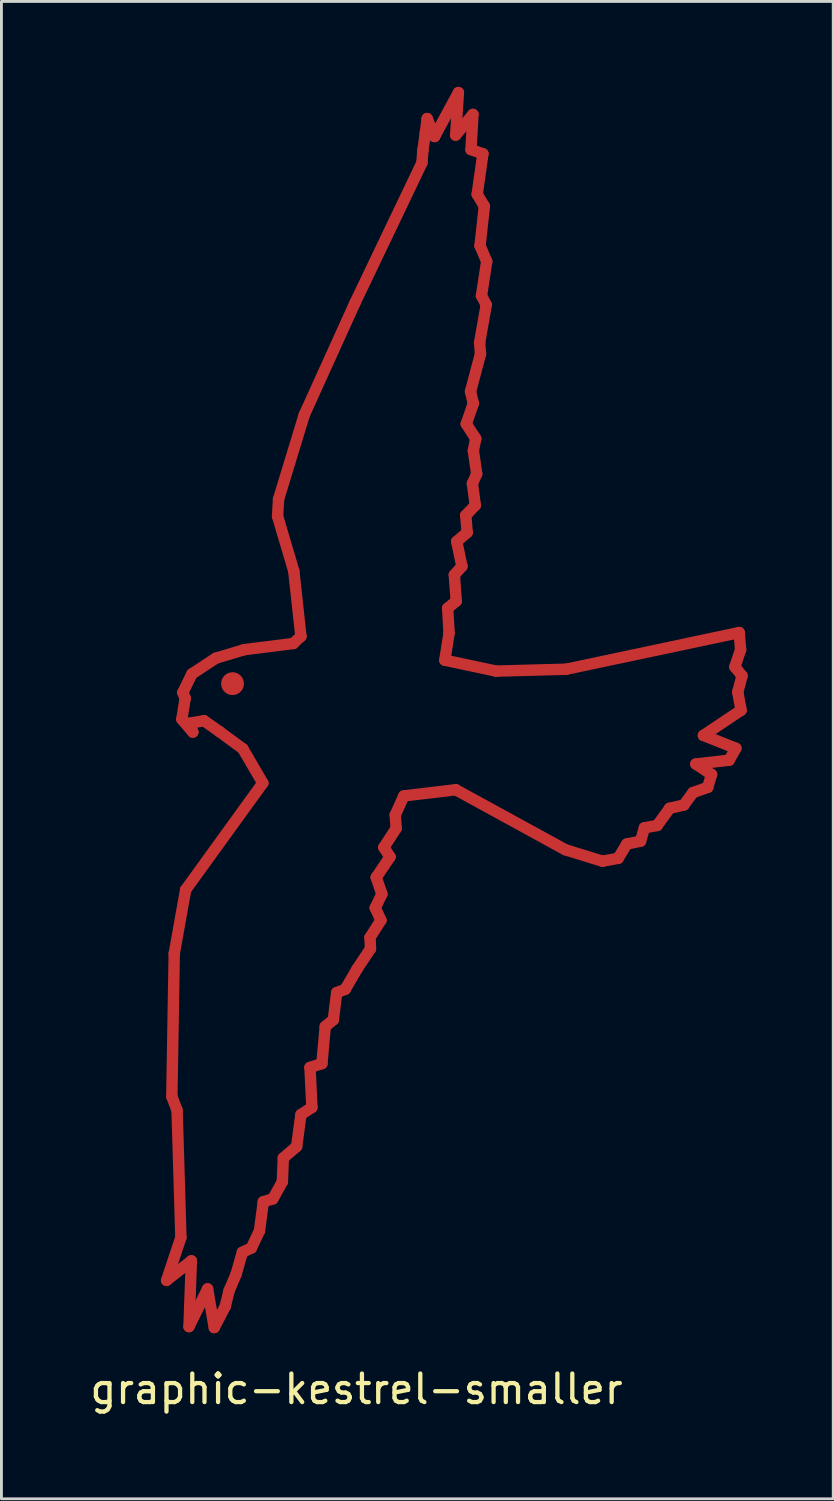
<source format=kicad_pcb>
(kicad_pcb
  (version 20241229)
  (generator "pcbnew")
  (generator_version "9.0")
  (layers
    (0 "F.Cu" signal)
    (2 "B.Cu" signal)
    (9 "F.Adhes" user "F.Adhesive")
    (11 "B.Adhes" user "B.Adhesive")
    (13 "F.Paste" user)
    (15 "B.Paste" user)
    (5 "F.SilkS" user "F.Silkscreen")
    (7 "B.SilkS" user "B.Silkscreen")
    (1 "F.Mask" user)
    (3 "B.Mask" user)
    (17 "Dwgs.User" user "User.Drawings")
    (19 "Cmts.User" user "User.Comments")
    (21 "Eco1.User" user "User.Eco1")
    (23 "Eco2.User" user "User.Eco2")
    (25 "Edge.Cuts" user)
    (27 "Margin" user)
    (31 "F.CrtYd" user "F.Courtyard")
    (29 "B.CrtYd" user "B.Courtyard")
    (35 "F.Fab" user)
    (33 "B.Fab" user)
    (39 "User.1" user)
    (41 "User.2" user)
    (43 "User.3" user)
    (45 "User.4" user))
  (footprint "graphic-kestrel-smaller"
    (layer "F.Cu")
    (at 9.458 22.486)
    (property "Reference" "graphic-kestrel-smaller" (at 0 23.2 0) (layer "F.SilkS") (effects (font (size 1 1) (thickness 0.15))))
    (attr through_hole)
    (fp_line (start -6.663 19.386) (end -6.161 17.881) (stroke (width 0.4) (type solid)) (layer "F.Cu"))
    (fp_line (start -6.479 12.935) (end -6.395 7.921) (stroke (width 0.4) (type solid)) (layer "F.Cu"))
    (fp_line (start -6.395 7.921) (end -5.994 5.681) (stroke (width 0.4) (type solid)) (layer "F.Cu"))
    (fp_line (start -6.295 13.419) (end -6.479 12.935) (stroke (width 0.4) (type solid)) (layer "F.Cu"))
    (fp_line (start -6.161 17.881) (end -6.295 13.419) (stroke (width 0.4) (type solid)) (layer "F.Cu"))
    (fp_line (start -6.128 -0.302) (end -6.011 -1.037) (stroke (width 0.4) (type solid)) (layer "F.Cu"))
    (fp_line (start -6.094 -1.238) (end -5.777 -1.889) (stroke (width 0.4) (type solid)) (layer "F.Cu"))
    (fp_line (start -6.011 -1.037) (end -6.094 -1.238) (stroke (width 0.4) (type solid)) (layer "F.Cu"))
    (fp_line (start -5.994 5.681) (end -3.287 1.938) (stroke (width 0.4) (type solid)) (layer "F.Cu"))
    (fp_line (start -5.877 21.007) (end -5.794 18.7) (stroke (width 0.4) (type solid)) (layer "F.Cu"))
    (fp_line (start -5.827 -0.168) (end -5.743 0.149) (stroke (width 0.4) (type solid)) (layer "F.Cu"))
    (fp_line (start -5.794 18.7) (end -6.663 19.386) (stroke (width 0.4) (type solid)) (layer "F.Cu"))
    (fp_line (start -5.777 -1.889) (end -4.941 -2.441) (stroke (width 0.4) (type solid)) (layer "F.Cu"))
    (fp_line (start -5.743 0.149) (end -6.128 -0.302) (stroke (width 0.4) (type solid)) (layer "F.Cu"))
    (fp_line (start -5.35 -0.25) (end -5.827 -0.168) (stroke (width 0.4) (type solid)) (layer "F.Cu"))
    (fp_line (start -5.225 19.686) (end -5.877 21.007) (stroke (width 0.4) (type solid)) (layer "F.Cu"))
    (fp_line (start -4.991 21.04) (end -5.225 19.686) (stroke (width 0.4) (type solid)) (layer "F.Cu"))
    (fp_line (start -4.941 -2.441) (end -3.938 -2.742) (stroke (width 0.4) (type solid)) (layer "F.Cu"))
    (fp_line (start -4.807 0.133) (end -5.35 -0.25) (stroke (width 0.4) (type solid)) (layer "F.Cu"))
    (fp_line (start -4.607 20.305) (end -4.991 21.04) (stroke (width 0.4) (type solid)) (layer "F.Cu"))
    (fp_line (start -4.473 19.753) (end -4.607 20.305) (stroke (width 0.4) (type solid)) (layer "F.Cu"))
    (fp_line (start -4.223 19.168) (end -4.473 19.753) (stroke (width 0.4) (type solid)) (layer "F.Cu"))
    (fp_line (start -4.005 18.4) (end -4.223 19.168) (stroke (width 0.4) (type solid)) (layer "F.Cu"))
    (fp_line (start -3.989 0.734) (end -4.807 0.133) (stroke (width 0.4) (type solid)) (layer "F.Cu"))
    (fp_line (start -3.938 -2.742) (end -2.217 -2.959) (stroke (width 0.4) (type solid)) (layer "F.Cu"))
    (fp_line (start -3.688 18.249) (end -4.005 18.4) (stroke (width 0.4) (type solid)) (layer "F.Cu"))
    (fp_line (start -3.404 17.647) (end -3.688 18.249) (stroke (width 0.4) (type solid)) (layer "F.Cu"))
    (fp_line (start -3.287 1.938) (end -3.989 0.734) (stroke (width 0.4) (type solid)) (layer "F.Cu"))
    (fp_line (start -3.27 16.628) (end -3.404 17.647) (stroke (width 0.4) (type solid)) (layer "F.Cu"))
    (fp_line (start -2.936 16.528) (end -3.27 16.628) (stroke (width 0.4) (type solid)) (layer "F.Cu"))
    (fp_line (start -2.769 -7.421) (end -2.735 -8.023) (stroke (width 0.4) (type solid)) (layer "F.Cu"))
    (fp_line (start -2.735 -8.023) (end -1.833 -10.981) (stroke (width 0.4) (type solid)) (layer "F.Cu"))
    (fp_line (start -2.601 15.926) (end -2.936 16.528) (stroke (width 0.4) (type solid)) (layer "F.Cu"))
    (fp_line (start -2.568 15.09) (end -2.601 15.926) (stroke (width 0.4) (type solid)) (layer "F.Cu"))
    (fp_line (start -2.217 -2.959) (end -1.95 -3.21) (stroke (width 0.4) (type solid)) (layer "F.Cu"))
    (fp_line (start -2.2 -5.499) (end -2.769 -7.421) (stroke (width 0.4) (type solid)) (layer "F.Cu"))
    (fp_line (start -2.1 14.689) (end -2.568 15.09) (stroke (width 0.4) (type solid)) (layer "F.Cu"))
    (fp_line (start -1.95 -3.21) (end -2.2 -5.499) (stroke (width 0.4) (type solid)) (layer "F.Cu"))
    (fp_line (start -1.95 13.57) (end -2.1 14.689) (stroke (width 0.4) (type solid)) (layer "F.Cu"))
    (fp_line (start -1.833 -10.981) (end -0.061 -14.892) (stroke (width 0.4) (type solid)) (layer "F.Cu"))
    (fp_line (start -1.632 11.915) (end -1.565 13.319) (stroke (width 0.4) (type solid)) (layer "F.Cu"))
    (fp_line (start -1.565 13.319) (end -1.95 13.57) (stroke (width 0.4) (type solid)) (layer "F.Cu"))
    (fp_line (start -1.214 11.781) (end -1.632 11.915) (stroke (width 0.4) (type solid)) (layer "F.Cu"))
    (fp_line (start -1.097 10.478) (end -1.214 11.781) (stroke (width 0.4) (type solid)) (layer "F.Cu"))
    (fp_line (start -0.813 10.244) (end -1.097 10.478) (stroke (width 0.4) (type solid)) (layer "F.Cu"))
    (fp_line (start -0.696 9.291) (end -0.813 10.244) (stroke (width 0.4) (type solid)) (layer "F.Cu"))
    (fp_line (start -0.395 9.174) (end -0.696 9.291) (stroke (width 0.4) (type solid)) (layer "F.Cu"))
    (fp_line (start -0.061 -14.892) (end 2.295 -19.822) (stroke (width 0.4) (type solid)) (layer "F.Cu"))
    (fp_line (start 0.022 8.456) (end -0.395 9.174) (stroke (width 0.4) (type solid)) (layer "F.Cu"))
    (fp_line (start 0.474 7.353) (end 0.49 7.754) (stroke (width 0.4) (type solid)) (layer "F.Cu"))
    (fp_line (start 0.49 7.754) (end 0.022 8.456) (stroke (width 0.4) (type solid)) (layer "F.Cu"))
    (fp_line (start 0.657 6.316) (end 0.858 6.751) (stroke (width 0.4) (type solid)) (layer "F.Cu"))
    (fp_line (start 0.691 5.247) (end 0.891 5.832) (stroke (width 0.4) (type solid)) (layer "F.Cu"))
    (fp_line (start 0.858 6.751) (end 0.474 7.353) (stroke (width 0.4) (type solid)) (layer "F.Cu"))
    (fp_line (start 0.891 5.832) (end 0.657 6.316) (stroke (width 0.4) (type solid)) (layer "F.Cu"))
    (fp_line (start 0.958 4.194) (end 1.176 4.528) (stroke (width 0.4) (type solid)) (layer "F.Cu"))
    (fp_line (start 1.176 4.528) (end 0.691 5.247) (stroke (width 0.4) (type solid)) (layer "F.Cu"))
    (fp_line (start 1.359 3.057) (end 1.393 3.525) (stroke (width 0.4) (type solid)) (layer "F.Cu"))
    (fp_line (start 1.393 3.525) (end 0.958 4.194) (stroke (width 0.4) (type solid)) (layer "F.Cu"))
    (fp_line (start 1.66 2.389) (end 1.359 3.057) (stroke (width 0.4) (type solid)) (layer "F.Cu"))
    (fp_line (start 2.295 -19.822) (end 2.329 -20.257) (stroke (width 0.4) (type solid)) (layer "F.Cu"))
    (fp_line (start 2.329 -20.257) (end 2.423 -20.923) (stroke (width 0.4) (type solid)) (layer "F.Cu"))
    (fp_line (start 2.411 -20.844) (end 2.479 -21.376) (stroke (width 0.4) (type solid)) (layer "F.Cu"))
    (fp_line (start 2.479 -21.376) (end 2.74 -20.746) (stroke (width 0.4) (type solid)) (layer "F.Cu"))
    (fp_line (start 2.74 -20.746) (end 3.575 -22.286) (stroke (width 0.4) (type solid)) (layer "F.Cu"))
    (fp_line (start 3.098 -2.374) (end 4.902 -1.99) (stroke (width 0.4) (type solid)) (layer "F.Cu"))
    (fp_line (start 3.198 -4.196) (end 3.248 -3.327) (stroke (width 0.4) (type solid)) (layer "F.Cu"))
    (fp_line (start 3.248 -3.327) (end 3.098 -2.374) (stroke (width 0.4) (type solid)) (layer "F.Cu"))
    (fp_line (start 3.432 -5.366) (end 3.499 -4.446) (stroke (width 0.4) (type solid)) (layer "F.Cu"))
    (fp_line (start 3.482 2.172) (end 1.66 2.389) (stroke (width 0.4) (type solid)) (layer "F.Cu"))
    (fp_line (start 3.499 -4.446) (end 3.198 -4.196) (stroke (width 0.4) (type solid)) (layer "F.Cu"))
    (fp_line (start 3.515 -6.536) (end 3.699 -5.667) (stroke (width 0.4) (type solid)) (layer "F.Cu"))
    (fp_line (start 3.575 -22.286) (end 3.479 -20.797) (stroke (width 0.4) (type solid)) (layer "F.Cu"))
    (fp_line (start 3.699 -5.667) (end 3.432 -5.366) (stroke (width 0.4) (type solid)) (layer "F.Cu"))
    (fp_line (start 3.833 -7.455) (end 3.883 -6.853) (stroke (width 0.4) (type solid)) (layer "F.Cu"))
    (fp_line (start 3.85 -10.664) (end 4.184 -10.145) (stroke (width 0.4) (type solid)) (layer "F.Cu"))
    (fp_line (start 3.883 -6.853) (end 3.515 -6.536) (stroke (width 0.4) (type solid)) (layer "F.Cu"))
    (fp_line (start 4 -11.8) (end 4.1 -11.382) (stroke (width 0.4) (type solid)) (layer "F.Cu"))
    (fp_line (start 4.017 -20.288) (end 4.085 -21.522) (stroke (width 0.4) (type solid)) (layer "F.Cu"))
    (fp_line (start 4.017 -20.288) (end 4.435 -20.14) (stroke (width 0.4) (type solid)) (layer "F.Cu"))
    (fp_line (start 4.067 -8.574) (end 4.167 -7.806) (stroke (width 0.4) (type solid)) (layer "F.Cu"))
    (fp_line (start 4.085 -21.522) (end 3.479 -20.797) (stroke (width 0.4) (type solid)) (layer "F.Cu"))
    (fp_line (start 4.1 -11.382) (end 3.85 -10.664) (stroke (width 0.4) (type solid)) (layer "F.Cu"))
    (fp_line (start 4.1 -9.728) (end 4.217 -8.909) (stroke (width 0.4) (type solid)) (layer "F.Cu"))
    (fp_line (start 4.167 -7.806) (end 3.833 -7.455) (stroke (width 0.4) (type solid)) (layer "F.Cu"))
    (fp_line (start 4.184 -10.145) (end 4.1 -9.728) (stroke (width 0.4) (type solid)) (layer "F.Cu"))
    (fp_line (start 4.217 -8.909) (end 4.067 -8.574) (stroke (width 0.4) (type solid)) (layer "F.Cu"))
    (fp_line (start 4.234 -18.719) (end 4.485 -18.301) (stroke (width 0.4) (type solid)) (layer "F.Cu"))
    (fp_line (start 4.318 -13.505) (end 4.351 -13.12) (stroke (width 0.4) (type solid)) (layer "F.Cu"))
    (fp_line (start 4.334 -16.914) (end 4.568 -16.363) (stroke (width 0.4) (type solid)) (layer "F.Cu"))
    (fp_line (start 4.351 -13.12) (end 4 -11.8) (stroke (width 0.4) (type solid)) (layer "F.Cu"))
    (fp_line (start 4.384 -15.159) (end 4.552 -14.842) (stroke (width 0.4) (type solid)) (layer "F.Cu"))
    (fp_line (start 4.435 -20.14) (end 4.234 -18.719) (stroke (width 0.4) (type solid)) (layer "F.Cu"))
    (fp_line (start 4.485 -18.301) (end 4.334 -16.914) (stroke (width 0.4) (type solid)) (layer "F.Cu"))
    (fp_line (start 4.552 -14.842) (end 4.318 -13.505) (stroke (width 0.4) (type solid)) (layer "F.Cu"))
    (fp_line (start 4.568 -16.363) (end 4.384 -15.159) (stroke (width 0.4) (type solid)) (layer "F.Cu"))
    (fp_line (start 4.902 -1.99) (end 7.359 -2.057) (stroke (width 0.4) (type solid)) (layer "F.Cu"))
    (fp_line (start 7.326 4.277) (end 3.482 2.172) (stroke (width 0.4) (type solid)) (layer "F.Cu"))
    (fp_line (start 7.359 -2.057) (end 13.426 -3.343) (stroke (width 0.4) (type solid)) (layer "F.Cu"))
    (fp_line (start 8.629 4.679) (end 7.326 4.277) (stroke (width 0.4) (type solid)) (layer "F.Cu"))
    (fp_line (start 9.181 4.578) (end 8.629 4.679) (stroke (width 0.4) (type solid)) (layer "F.Cu"))
    (fp_line (start 9.482 4.077) (end 9.181 4.578) (stroke (width 0.4) (type solid)) (layer "F.Cu"))
    (fp_line (start 9.966 3.977) (end 9.482 4.077) (stroke (width 0.4) (type solid)) (layer "F.Cu"))
    (fp_line (start 10.1 3.509) (end 9.966 3.977) (stroke (width 0.4) (type solid)) (layer "F.Cu"))
    (fp_line (start 10.551 3.425) (end 10.1 3.509) (stroke (width 0.4) (type solid)) (layer "F.Cu"))
    (fp_line (start 10.986 2.823) (end 10.551 3.425) (stroke (width 0.4) (type solid)) (layer "F.Cu"))
    (fp_line (start 11.487 2.706) (end 10.986 2.823) (stroke (width 0.4) (type solid)) (layer "F.Cu"))
    (fp_line (start 11.805 2.272) (end 11.487 2.706) (stroke (width 0.4) (type solid)) (layer "F.Cu"))
    (fp_line (start 11.905 1.269) (end 12.457 1.637) (stroke (width 0.4) (type solid)) (layer "F.Cu"))
    (fp_line (start 12.172 0.266) (end 13.309 0.718) (stroke (width 0.4) (type solid)) (layer "F.Cu"))
    (fp_line (start 12.323 2.088) (end 11.805 2.272) (stroke (width 0.4) (type solid)) (layer "F.Cu"))
    (fp_line (start 12.457 1.637) (end 12.323 2.088) (stroke (width 0.4) (type solid)) (layer "F.Cu"))
    (fp_line (start 13.075 1.135) (end 11.905 1.269) (stroke (width 0.4) (type solid)) (layer "F.Cu"))
    (fp_line (start 13.275 -2.14) (end 13.526 -1.823) (stroke (width 0.4) (type solid)) (layer "F.Cu"))
    (fp_line (start 13.309 0.718) (end 13.075 1.135) (stroke (width 0.4) (type solid)) (layer "F.Cu"))
    (fp_line (start 13.376 -1.254) (end 13.493 -0.619) (stroke (width 0.4) (type solid)) (layer "F.Cu"))
    (fp_line (start 13.426 -3.343) (end 13.476 -2.742) (stroke (width 0.4) (type solid)) (layer "F.Cu"))
    (fp_line (start 13.476 -2.742) (end 13.275 -2.14) (stroke (width 0.4) (type solid)) (layer "F.Cu"))
    (fp_line (start 13.493 -0.619) (end 12.172 0.266) (stroke (width 0.4) (type solid)) (layer "F.Cu"))
    (fp_line (start 13.526 -1.823) (end 13.376 -1.254) (stroke (width 0.4) (type solid)) (layer "F.Cu"))
    (pad "1" smd circle (at -4.35 -1.55) (size 0.8 0.8) (layers "F.Cu" "F.Mask" "F.Paste")))
  (gr_rect
    (start -3 -3)
    (end 26.184 49.535)
    (stroke (width 0.1) (type default))
    (fill no)
    (layer "Edge.Cuts")))
</source>
